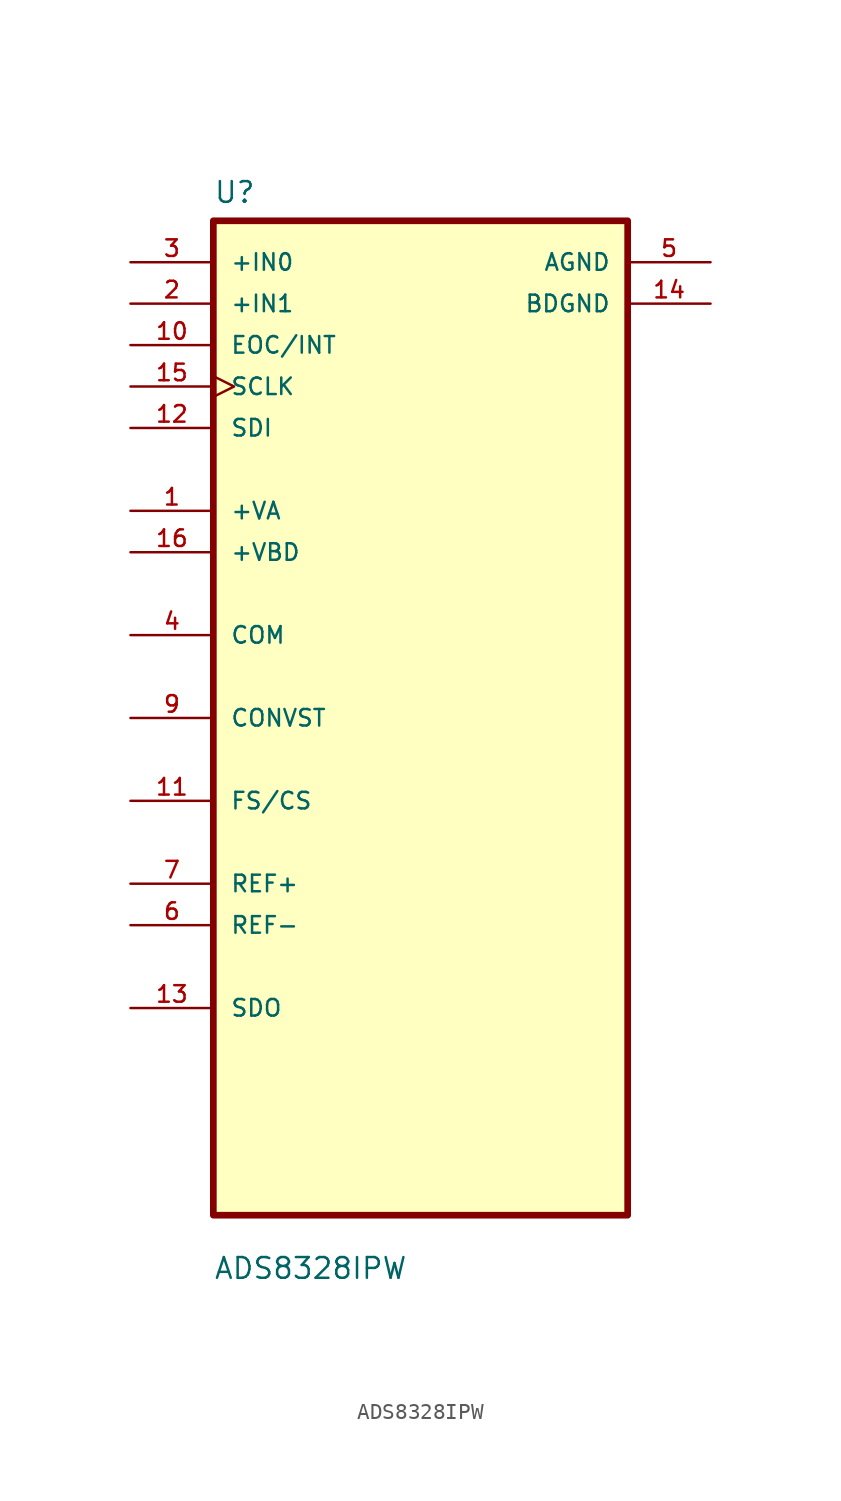
<source format=kicad_sym>
(kicad_symbol_lib
  (version 20220914)
  (generator kicad_symbol_editor)
  (symbol "ADS8328IPW"
    (pin_names
      (offset 1.016))
    (property "Reference" "U"
      (at -12.7 31.48 0)
      (effects (font (size 1.27 1.27)) (justify left bottom)))
    (property "Value" "ADS8328IPW"
      (at -12.7 -34.48 0)
      (effects (font (size 1.27 1.27)) (justify left bottom)))
    (symbol "ADS8328IPW_0_0"
      (rectangle (start -12.7 -30.48) (end 12.7 30.48) (stroke (width 0.41) (type default)) (fill (type background)))
      (pin input line (at -17.78 22.86 0) (length 5.08) (name "EOC/INT" (effects (font (size 1.016 1.016)))) (number "10" (effects (font (size 1.016 1.016)))))
      (pin bidirectional line (at -17.78 -5.08 0) (length 5.08) (name "FS/CS" (effects (font (size 1.016 1.016)))) (number "11" (effects (font (size 1.016 1.016)))))
      (pin input line (at -17.78 17.78 0) (length 5.08) (name "SDI" (effects (font (size 1.016 1.016)))) (number "12" (effects (font (size 1.016 1.016)))))
      (pin bidirectional line (at -17.78 -17.78 0) (length 5.08) (name "SDO" (effects (font (size 1.016 1.016)))) (number "13" (effects (font (size 1.016 1.016)))))
      (pin power_in line (at 17.78 25.4 180) (length 5.08) (name "BDGND" (effects (font (size 1.016 1.016)))) (number "14" (effects (font (size 1.016 1.016)))))
      (pin input clock (at -17.78 20.32 0) (length 5.08) (name "SCLK" (effects (font (size 1.016 1.016)))) (number "15" (effects (font (size 1.016 1.016)))))
      (pin input line (at -17.78 25.4 0) (length 5.08) (name "+IN1" (effects (font (size 1.016 1.016)))) (number "2" (effects (font (size 1.016 1.016)))))
      (pin input line (at -17.78 27.94 0) (length 5.08) (name "+IN0" (effects (font (size 1.016 1.016)))) (number "3" (effects (font (size 1.016 1.016)))))
      (pin bidirectional line (at -17.78 5.08 0) (length 5.08) (name "COM" (effects (font (size 1.016 1.016)))) (number "4" (effects (font (size 1.016 1.016)))))
      (pin power_in line (at 17.78 27.94 180) (length 5.08) (name "AGND" (effects (font (size 1.016 1.016)))) (number "5" (effects (font (size 1.016 1.016)))))
      (pin bidirectional line (at -17.78 -10.16 0) (length 5.08) (name "REF+" (effects (font (size 1.016 1.016)))) (number "7" (effects (font (size 1.016 1.016)))))
      (pin bidirectional line (at -17.78 0 0) (length 5.08) (name "CONVST" (effects (font (size 1.016 1.016)))) (number "9" (effects (font (size 1.016 1.016))))))
    (symbol "ADS8328IPW_1_0"
      (pin input line (at -17.78 12.7 0) (length 5.08) (name "+VA" (effects (font (size 1.016 1.016)))) (number "1" (effects (font (size 1.016 1.016)))))
      (pin input line (at -17.78 10.16 0) (length 5.08) (name "+VBD" (effects (font (size 1.016 1.016)))) (number "16" (effects (font (size 1.016 1.016)))))
      (pin input line (at -17.78 -12.7 0) (length 5.08) (name "REF-" (effects (font (size 1.016 1.016)))) (number "6" (effects (font (size 1.016 1.016))))))))
</source>
